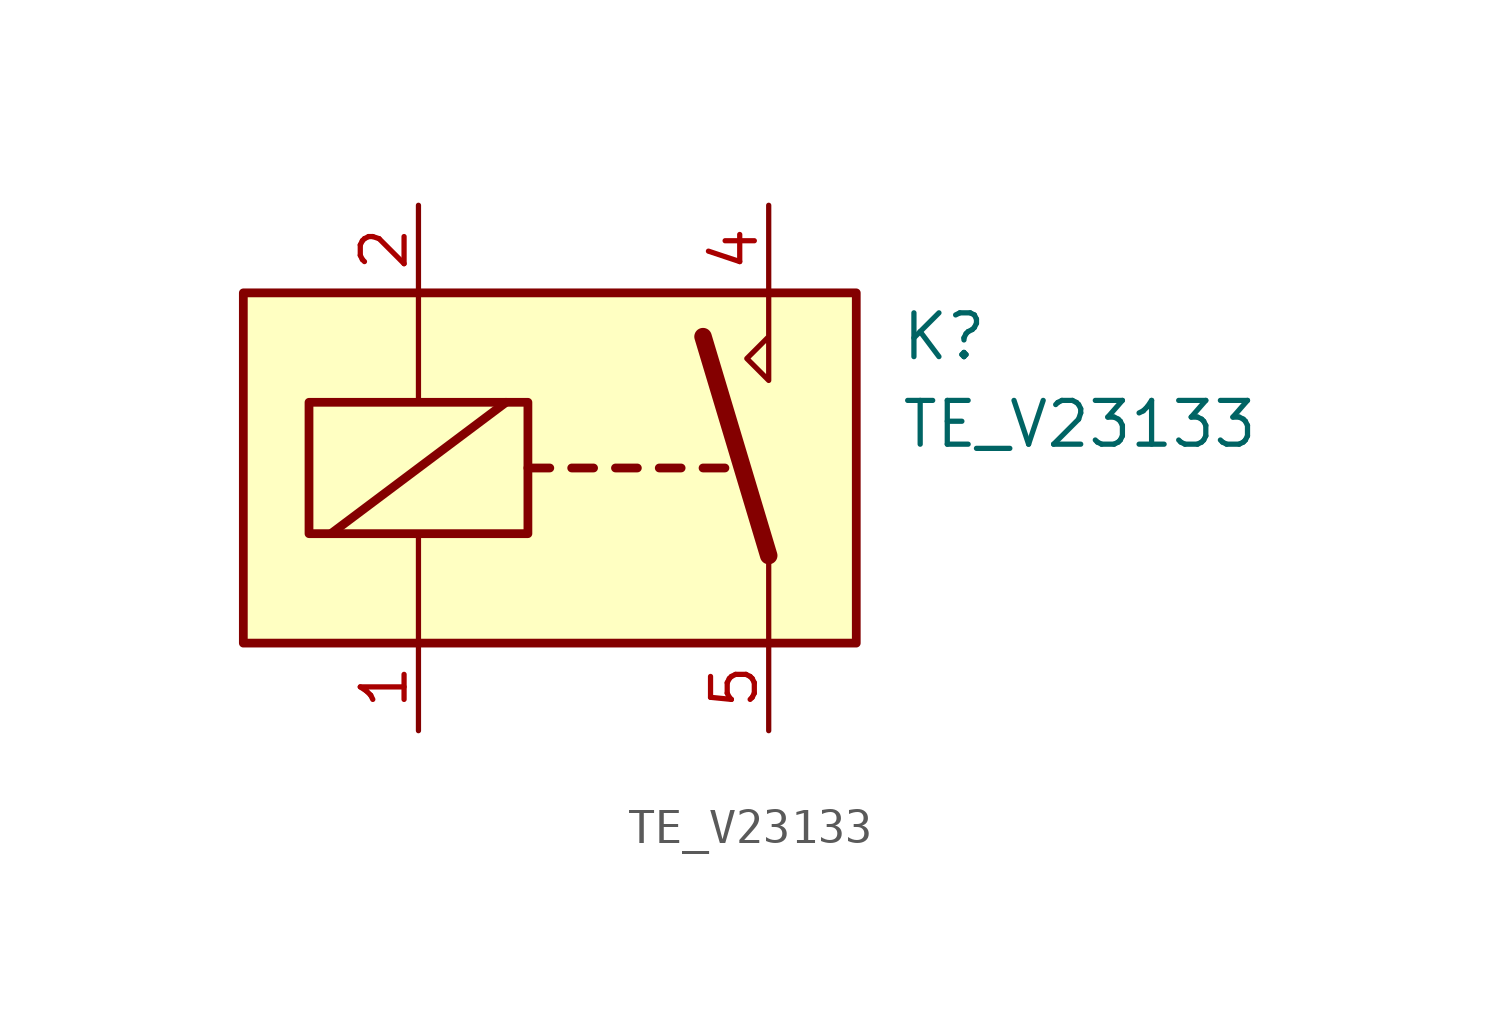
<source format=kicad_sym>
(kicad_symbol_lib
  (version 20231120)
  (generator "kicad_symbol_editor")
  (generator_version "8.0")
  (symbol "TE_V23133"
    (property "Reference" "K"
      (at 8.89 3.81 0)
      (effects (font (size 1.27 1.27)) (justify left)))
    (property "Value" "TE_V23133"
      (at 8.89 1.27 0)
      (effects (font (size 1.27 1.27)) (justify left)))
    (symbol "TE_V23133_0_0"
      (polyline (pts (xy 5.08 5.08) (xy 5.08 2.54) (xy 4.445 3.175) (xy 5.08 3.81)) (stroke (width 0) (type default)) (fill (type none))))
    (symbol "TE_V23133_0_1"
      (rectangle (start -10.16 5.08) (end 7.62 -5.08) (stroke (width 0.254) (type default)) (fill (type background)))
      (rectangle (start -8.255 1.905) (end -1.905 -1.905) (stroke (width 0.254) (type default)) (fill (type none)))
      (polyline (pts (xy -7.62 -1.905) (xy -2.54 1.905)) (stroke (width 0.254) (type default)) (fill (type none)))
      (polyline (pts (xy -5.08 -5.08) (xy -5.08 -1.905)) (stroke (width 0) (type default)) (fill (type none)))
      (polyline (pts (xy -5.08 5.08) (xy -5.08 1.905)) (stroke (width 0) (type default)) (fill (type none)))
      (polyline (pts (xy -1.905 0) (xy -1.27 0)) (stroke (width 0.254) (type default)) (fill (type none)))
      (polyline (pts (xy -0.635 0) (xy 0 0)) (stroke (width 0.254) (type default)) (fill (type none)))
      (polyline (pts (xy 0.635 0) (xy 1.27 0)) (stroke (width 0.254) (type default)) (fill (type none)))
      (polyline (pts (xy 1.905 0) (xy 2.54 0)) (stroke (width 0.254) (type default)) (fill (type none)))
      (polyline (pts (xy 3.175 0) (xy 3.81 0)) (stroke (width 0.254) (type default)) (fill (type none)))
      (polyline (pts (xy 5.08 -2.54) (xy 3.175 3.81)) (stroke (width 0.508) (type default)) (fill (type none)))
      (polyline (pts (xy 5.08 -2.54) (xy 5.08 -5.08)) (stroke (width 0) (type default)) (fill (type none))))
    (symbol "TE_V23133_1_1"
      (pin passive line (at -5.08 -7.62 90) (length 2.54) (name "~" (effects (font (size 1.27 1.27)))) (number "1" (effects (font (size 1.27 1.27)))))
      (pin passive line (at -5.08 7.62 270) (length 2.54) (name "~" (effects (font (size 1.27 1.27)))) (number "2" (effects (font (size 1.27 1.27)))))
      (pin passive line (at 5.08 7.62 270) (length 2.54) (name "~" (effects (font (size 1.27 1.27)))) (number "4" (effects (font (size 1.27 1.27)))))
      (pin passive line (at 5.08 -7.62 90) (length 2.54) (name "~" (effects (font (size 1.27 1.27)))) (number "5" (effects (font (size 1.27 1.27))))))))
</source>
